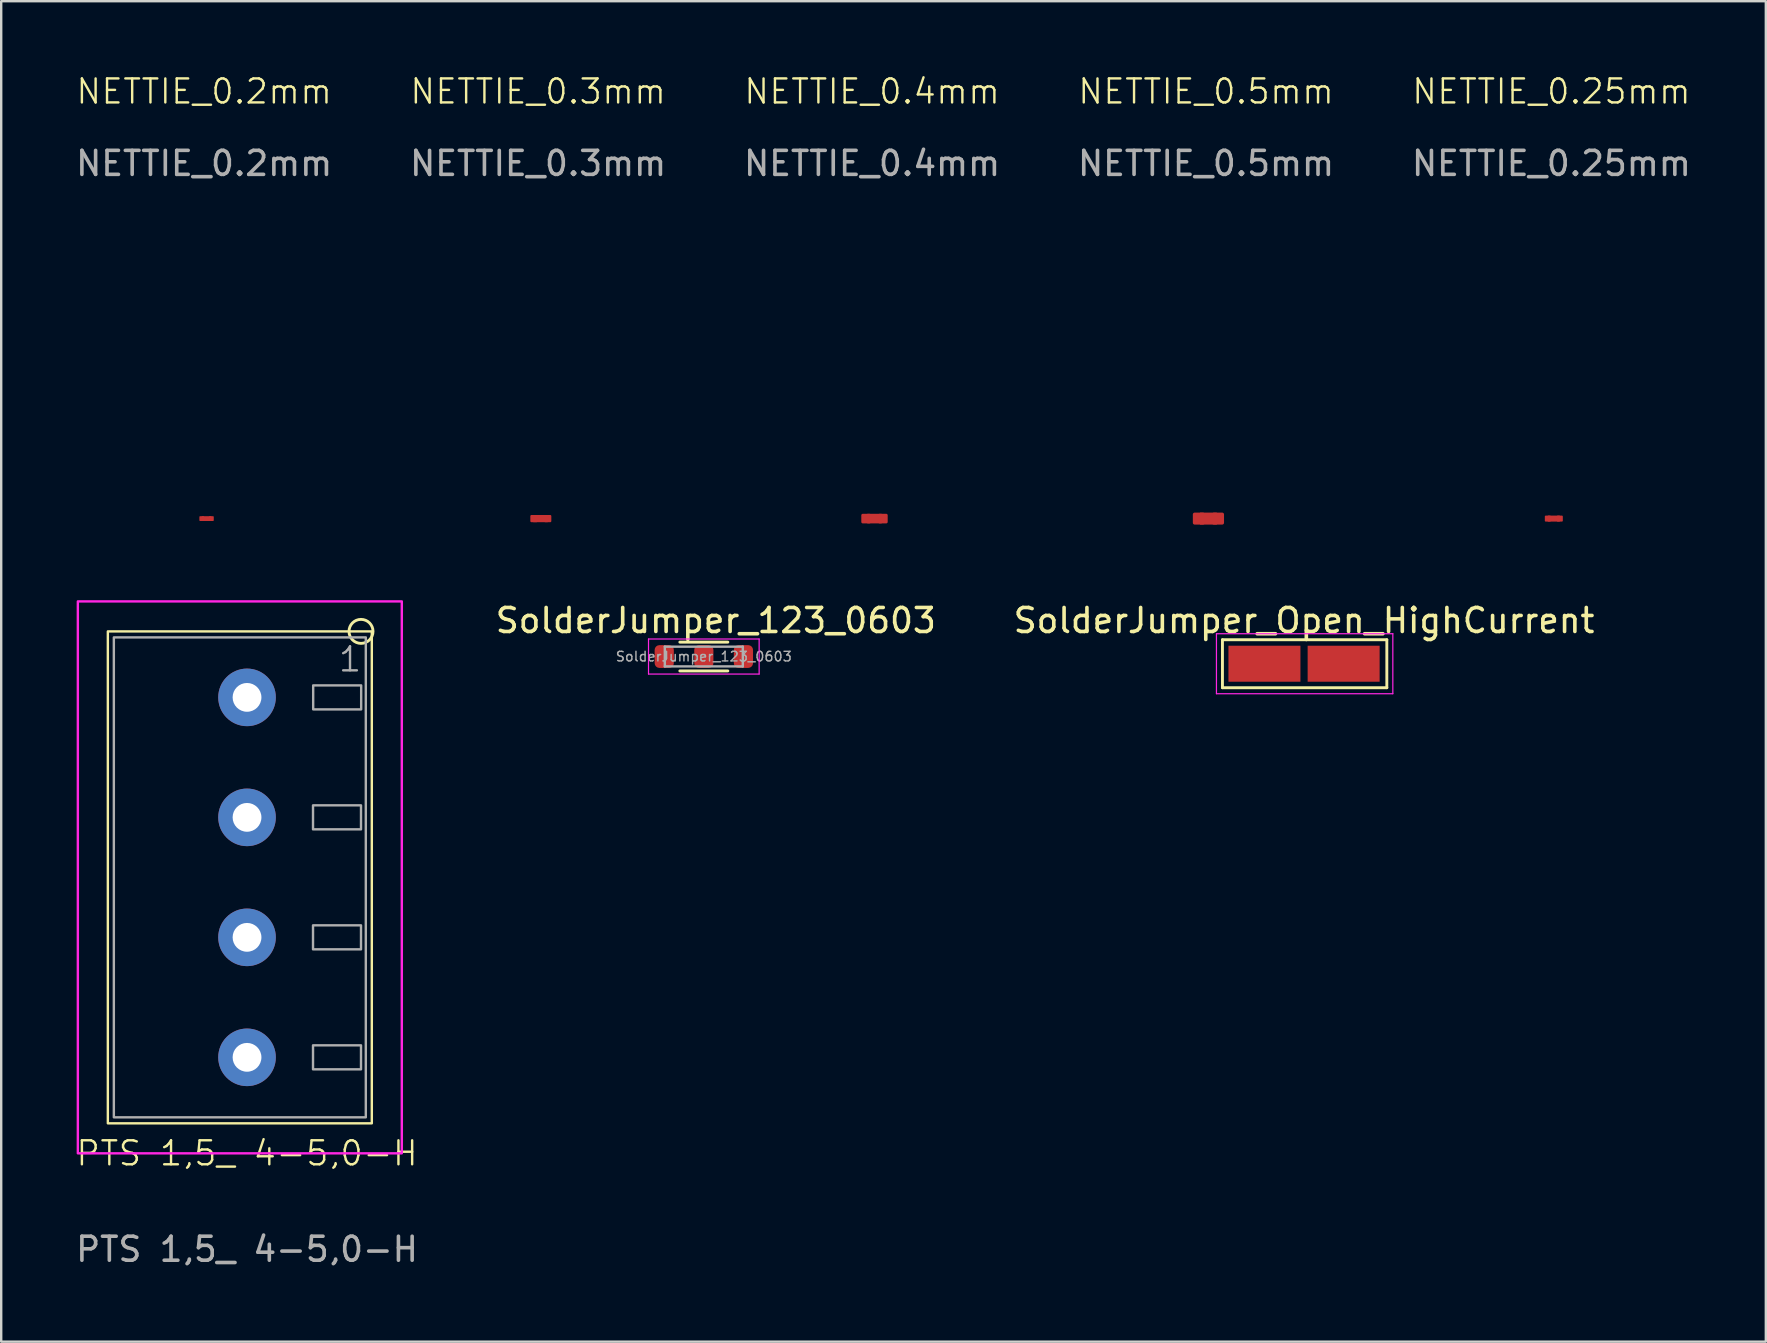
<source format=kicad_pcb>
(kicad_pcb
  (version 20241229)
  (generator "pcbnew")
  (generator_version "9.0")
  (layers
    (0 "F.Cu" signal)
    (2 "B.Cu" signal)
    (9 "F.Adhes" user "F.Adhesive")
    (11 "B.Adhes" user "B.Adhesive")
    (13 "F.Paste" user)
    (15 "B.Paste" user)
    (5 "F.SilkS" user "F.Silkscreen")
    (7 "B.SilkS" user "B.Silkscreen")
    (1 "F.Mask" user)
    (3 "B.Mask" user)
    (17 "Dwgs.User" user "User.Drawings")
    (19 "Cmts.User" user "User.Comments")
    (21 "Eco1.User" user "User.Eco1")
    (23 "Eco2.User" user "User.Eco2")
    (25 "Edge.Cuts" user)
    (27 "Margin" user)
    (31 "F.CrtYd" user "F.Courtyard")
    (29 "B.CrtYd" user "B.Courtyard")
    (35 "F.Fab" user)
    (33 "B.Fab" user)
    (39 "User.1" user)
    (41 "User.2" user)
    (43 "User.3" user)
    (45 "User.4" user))
  (footprint "PTS 1,5_ 4-5,0-H"
    (layer "F.Cu")
    (at 7.244 33.511)
    (property "Reference" "PTS 1,5_ 4-5,0-H" (at 0 11.5 0) (unlocked yes) (layer "F.SilkS") (effects (font (size 1 1) (thickness 0.1))))
    (attr through_hole exclude_from_pos_files exclude_from_bom allow_soldermask_bridges)
    (fp_rect (start -5.8 -10.25) (end 5.2 10.25) (stroke (width 0.1) (type default)) (fill no) (layer "F.SilkS"))
    (fp_circle (center 4.75 -10.25) (end 5.25 -10.25) (stroke (width 0.12) (type default)) (fill no) (layer "F.SilkS"))
    (fp_rect (start -7.05 -11.5) (end 6.45 11.5) (stroke (width 0.1) (type default)) (fill no) (layer "F.CrtYd"))
    (fp_rect (start -5.55 -10) (end 4.95 10) (stroke (width 0.1) (type default)) (fill no) (layer "F.Fab"))
    (fp_rect (start 2.75 -3) (end 4.75 -2) (stroke (width 0.1) (type default)) (fill no) (layer "F.Fab"))
    (fp_rect (start 2.75 2) (end 4.75 3) (stroke (width 0.1) (type default)) (fill no) (layer "F.Fab"))
    (fp_rect (start 2.75 7) (end 4.75 8) (stroke (width 0.1) (type default)) (fill no) (layer "F.Fab"))
    (fp_rect (start 2.757 -8) (end 4.757 -7) (stroke (width 0.1) (type default)) (fill no) (layer "F.Fab"))
    (fp_text user "1" (at 3.75 -8.5 0) (unlocked yes) (layer "F.Fab") (effects (font (size 1 1) (thickness 0.1)) (justify left bottom)))
    (fp_text user "${REFERENCE}" (at 0 15.5 0) (unlocked yes) (layer "F.Fab") (effects (font (size 1 1) (thickness 0.15))))
    (pad "1" thru_hole circle (at 0 -7.5) (size 2.4 2.4) (drill 1.2) (layers "*.Cu" "*.Mask"))
    (pad "2" thru_hole circle (at 0 -2.5) (size 2.4 2.4) (drill 1.2) (layers "*.Cu" "*.Mask"))
    (pad "3" thru_hole circle (at 0 2.5) (size 2.4 2.4) (drill 1.2) (layers "*.Cu" "*.Mask"))
    (pad "4" thru_hole circle (at 0 7.5) (size 2.4 2.4) (drill 1.2) (layers "*.Cu" "*.Mask")))
  (footprint "SolderJumper_Open_HighCurrent"
    (layer "F.Cu")
    (at 51.292 24.609)
    (property "Reference" "SolderJumper_Open_HighCurrent" (at 0 -1.8 0) (layer "F.SilkS") (effects (font (size 1 1) (thickness 0.15))))
    (attr exclude_from_pos_files exclude_from_bom allow_soldermask_bridges)
    (fp_rect (start -0.15 -0.75) (end 0.15 0.75) (stroke (width 0) (type default)) (fill yes) (layer "F.Mask"))
    (fp_line (start -3.4 -1) (end 3.45 -1) (stroke (width 0.12) (type solid)) (layer "F.SilkS"))
    (fp_line (start -3.4 1) (end -3.4 -1) (stroke (width 0.12) (type solid)) (layer "F.SilkS"))
    (fp_line (start 3.45 -1) (end 3.45 1) (stroke (width 0.12) (type solid)) (layer "F.SilkS"))
    (fp_line (start 3.45 1) (end -3.4 1) (stroke (width 0.12) (type solid)) (layer "F.SilkS"))
    (fp_line (start -3.65 -1.25) (end -3.65 1.25) (stroke (width 0.05) (type solid)) (layer "F.CrtYd"))
    (fp_line (start -3.65 -1.25) (end 3.7 -1.25) (stroke (width 0.05) (type solid)) (layer "F.CrtYd"))
    (fp_line (start 3.7 1.25) (end -3.65 1.25) (stroke (width 0.05) (type solid)) (layer "F.CrtYd"))
    (fp_line (start 3.7 1.25) (end 3.7 -1.25) (stroke (width 0.05) (type solid)) (layer "F.CrtYd"))
    (pad "1" smd rect (at -1.65 0) (size 3 1.5) (layers "F.Cu" "F.Mask"))
    (pad "2" smd rect (at 1.65 0) (size 3 1.5) (layers "F.Cu" "F.Mask")))
  (footprint "NETTIE_0.2mm"
    (layer "F.Cu")
    (at 5.558 18.561)
    (property "Reference" "NETTIE_0.2mm" (at -0.1 -17.8 0) (unlocked yes) (layer "F.SilkS") (effects (font (size 1 1) (thickness 0.1))))
    (fp_rect (start -0.2 -0.1) (end 0.2 0.1) (stroke (width 0) (type solid)) (fill yes) (layer "F.Cu"))
    (fp_line (start -0.15 0.35) (end 0.15 0.35) (stroke (width 0.1) (type default)) (layer "User.1"))
    (fp_text user "${REFERENCE}" (at -0.1 -14.8 0) (unlocked yes) (layer "F.Fab") (effects (font (size 1 1) (thickness 0.15))))
    (pad "1" smd roundrect (at -0.2 0) (size 0.2 0.2) (layers "F.Cu") (roundrect_rratio 0.15))
    (pad "2" smd roundrect (at 0.2 0) (size 0.2 0.2) (layers "F.Cu") (roundrect_rratio 0.15)))
  (footprint "NETTIE_0.3mm"
    (layer "F.Cu")
    (at 19.475 18.561)
    (property "Reference" "NETTIE_0.3mm" (at -0.1 -17.8 0) (unlocked yes) (layer "F.SilkS") (effects (font (size 1 1) (thickness 0.1))))
    (fp_rect (start -0.3 -0.15) (end 0.3 0.15) (stroke (width 0) (type solid)) (fill yes) (layer "F.Cu"))
    (fp_line (start -0.15 0.35) (end 0.15 0.35) (stroke (width 0.1) (type default)) (layer "User.1"))
    (fp_text user "${REFERENCE}" (at -0.1 -14.8 0) (unlocked yes) (layer "F.Fab") (effects (font (size 1 1) (thickness 0.15))))
    (pad "1" smd roundrect (at -0.275 0) (size 0.3 0.3) (layers "F.Cu") (roundrect_rratio 0.15))
    (pad "2" smd roundrect (at 0.3 0) (size 0.3 0.3) (layers "F.Cu") (roundrect_rratio 0.15)))
  (footprint "NETTIE_0.5mm"
    (layer "F.Cu")
    (at 47.308 18.561)
    (property "Reference" "NETTIE_0.5mm" (at -0.1 -17.8 0) (unlocked yes) (layer "F.SilkS") (effects (font (size 1 1) (thickness 0.1))))
    (fp_rect (start -0.35 -0.25) (end 0.35 0.25) (stroke (width 0) (type solid)) (fill yes) (layer "F.Cu"))
    (fp_line (start -0.15 0.35) (end 0.15 0.35) (stroke (width 0.1) (type default)) (layer "User.1"))
    (fp_text user "${REFERENCE}" (at -0.1 -14.8 0) (unlocked yes) (layer "F.Fab") (effects (font (size 1 1) (thickness 0.15))))
    (pad "1" smd roundrect (at -0.4 0) (size 0.5 0.5) (layers "F.Cu") (roundrect_rratio 0.15))
    (pad "2" smd roundrect (at 0.4 0) (size 0.5 0.5) (layers "F.Cu") (roundrect_rratio 0.15)))
  (footprint "NETTIE_0.25mm"
    (layer "F.Cu")
    (at 61.701 18.561)
    (property "Reference" "NETTIE_0.25mm" (at -0.1 -17.8 0) (unlocked yes) (layer "F.SilkS") (effects (font (size 1 1) (thickness 0.1))))
    (fp_rect (start -0.25 -0.125) (end 0.25 0.125) (stroke (width 0) (type solid)) (fill yes) (layer "F.Cu"))
    (fp_line (start -0.15 0.35) (end 0.15 0.35) (stroke (width 0.1) (type default)) (layer "User.1"))
    (fp_text user "${REFERENCE}" (at -0.1 -14.8 0) (unlocked yes) (layer "F.Fab") (effects (font (size 1 1) (thickness 0.15))))
    (pad "1" smd roundrect (at -0.25 0) (size 0.25 0.25) (layers "F.Cu") (roundrect_rratio 0.15))
    (pad "2" smd roundrect (at 0.25 0) (size 0.25 0.25) (layers "F.Cu") (roundrect_rratio 0.15)))
  (footprint "SolderJumper_123_0603"
    (layer "F.Cu")
    (at 26.28 24.309)
    (property "Reference" "SolderJumper_123_0603" (at 0.5 -1.5 0) (layer "F.SilkS") (effects (font (size 1 1) (thickness 0.15))))
    (attr smd)
    (fp_line (start -1 -0.6) (end 1 -0.6) (stroke (width 0.12) (type solid)) (layer "F.SilkS"))
    (fp_line (start -1 0.6) (end 1 0.6) (stroke (width 0.12) (type solid)) (layer "F.SilkS"))
    (fp_line (start -2.305 -0.73) (end 2.305 -0.73) (stroke (width 0.05) (type solid)) (layer "F.CrtYd"))
    (fp_line (start -2.305 0.73) (end -2.305 -0.73) (stroke (width 0.05) (type solid)) (layer "F.CrtYd"))
    (fp_line (start 2.305 -0.73) (end 2.305 0.73) (stroke (width 0.05) (type solid)) (layer "F.CrtYd"))
    (fp_line (start 2.305 0.73) (end -2.305 0.73) (stroke (width 0.05) (type solid)) (layer "F.CrtYd"))
    (fp_line (start -1.625 -0.412) (end 1.625 -0.412) (stroke (width 0.1) (type solid)) (layer "F.Fab"))
    (fp_line (start -1.625 0.412) (end -1.625 -0.412) (stroke (width 0.1) (type solid)) (layer "F.Fab"))
    (fp_line (start 1.625 -0.412) (end 1.625 0.412) (stroke (width 0.1) (type solid)) (layer "F.Fab"))
    (fp_line (start 1.625 0.412) (end -1.625 0.412) (stroke (width 0.1) (type solid)) (layer "F.Fab"))
    (fp_text user "${REFERENCE}" (at 0 0 0) (layer "F.Fab") (effects (font (size 0.4 0.4) (thickness 0.06))))
    (pad "1" smd roundrect (at -1.65 0) (size 0.8 0.95) (layers "F.Cu" "F.Mask" "F.Paste") (roundrect_rratio 0.25))
    (pad "2" smd roundrect (at 0 0) (size 0.8 0.95) (layers "F.Cu" "F.Mask" "F.Paste") (roundrect_rratio 0.25))
    (pad "3" smd roundrect (at 1.65 0) (size 0.8 0.95) (layers "F.Cu" "F.Mask" "F.Paste") (roundrect_rratio 0.25)))
  (footprint "NETTIE_0.4mm"
    (layer "F.Cu")
    (at 33.392 18.561)
    (property "Reference" "NETTIE_0.4mm" (at -0.1 -17.8 0) (unlocked yes) (layer "F.SilkS") (effects (font (size 1 1) (thickness 0.1))))
    (fp_rect (start -0.3 -0.2) (end 0.3 0.2) (stroke (width 0) (type solid)) (fill yes) (layer "F.Cu"))
    (fp_line (start -0.15 0.35) (end 0.15 0.35) (stroke (width 0.1) (type default)) (layer "User.1"))
    (fp_text user "${REFERENCE}" (at -0.1 -14.8 0) (unlocked yes) (layer "F.Fab") (effects (font (size 1 1) (thickness 0.15))))
    (pad "1" smd roundrect (at -0.35 0) (size 0.4 0.4) (layers "F.Cu") (roundrect_rratio 0.15))
    (pad "2" smd roundrect (at 0.35 0) (size 0.4 0.4) (layers "F.Cu") (roundrect_rratio 0.15)))
  (gr_rect
    (start -3 -3)
    (end 70.536 52.859)
    (stroke (width 0.1) (type default))
    (fill no)
    (layer "Edge.Cuts")))
</source>
